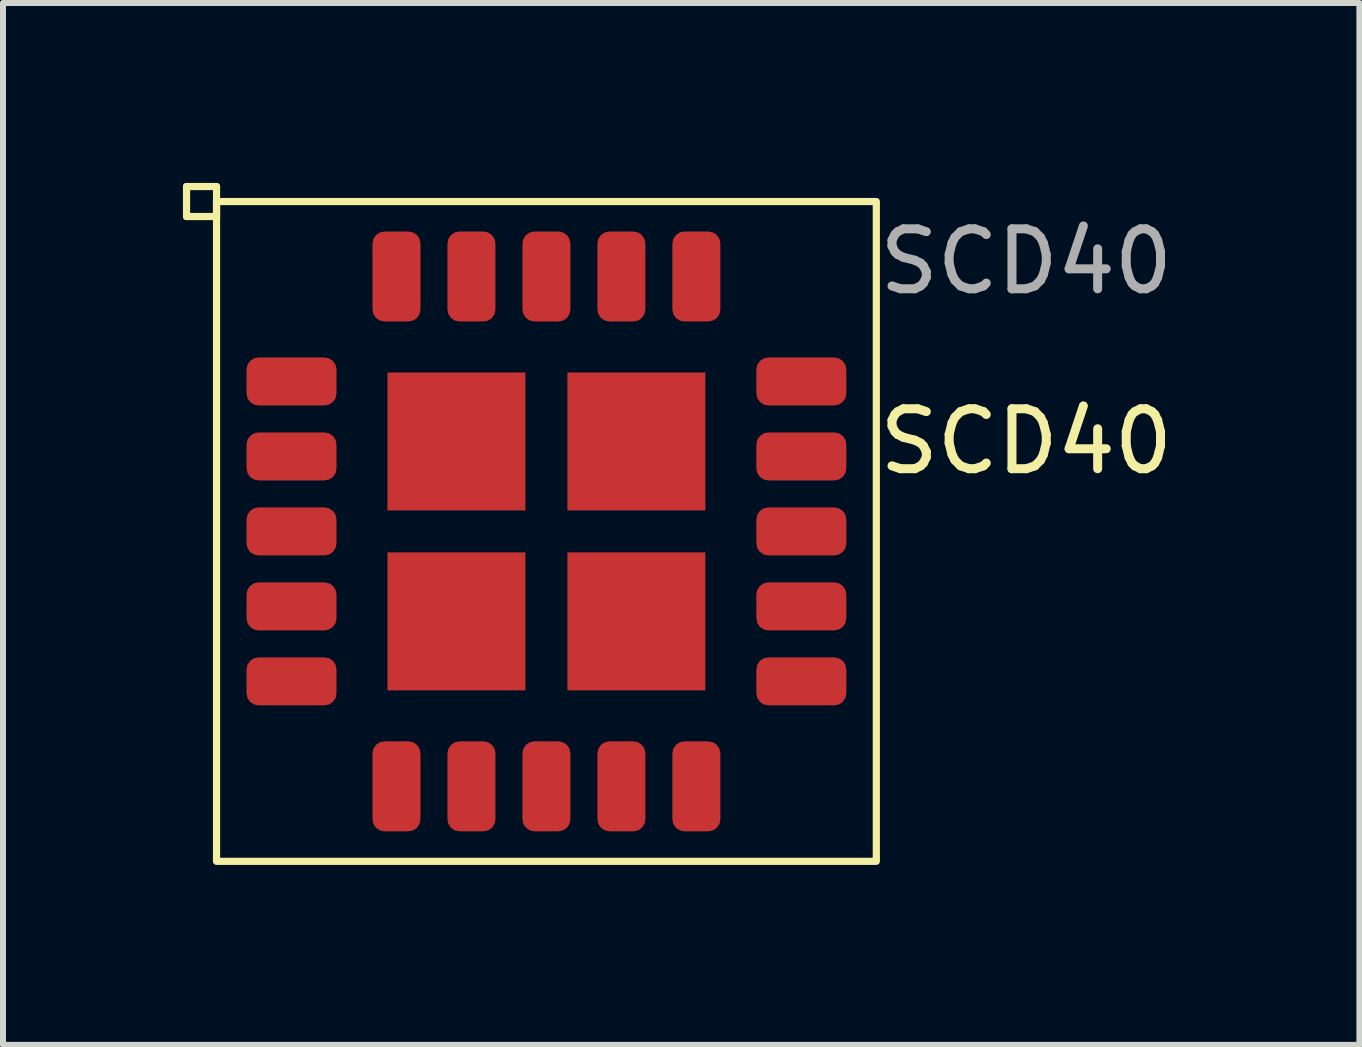
<source format=kicad_pcb>
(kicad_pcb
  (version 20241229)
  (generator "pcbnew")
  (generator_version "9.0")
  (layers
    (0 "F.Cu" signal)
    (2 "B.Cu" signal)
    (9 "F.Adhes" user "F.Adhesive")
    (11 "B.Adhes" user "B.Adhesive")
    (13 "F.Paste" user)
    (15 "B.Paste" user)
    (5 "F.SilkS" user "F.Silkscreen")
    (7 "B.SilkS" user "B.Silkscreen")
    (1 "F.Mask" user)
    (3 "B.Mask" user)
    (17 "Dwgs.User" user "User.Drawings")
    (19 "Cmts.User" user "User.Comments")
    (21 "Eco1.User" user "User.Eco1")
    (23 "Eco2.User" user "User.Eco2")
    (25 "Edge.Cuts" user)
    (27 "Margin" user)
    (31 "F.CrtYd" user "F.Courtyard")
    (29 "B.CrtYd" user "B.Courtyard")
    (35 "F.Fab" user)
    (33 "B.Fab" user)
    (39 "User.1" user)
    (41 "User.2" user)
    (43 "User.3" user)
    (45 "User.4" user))
  (footprint "SCD40"
    (layer "F.Cu")
    (at 6.06 5.81)
    (property "Reference" "SCD40" (at 8 -1.5 0) (unlocked yes) (layer "F.SilkS") (effects (font (size 1 1) (thickness 0.15))))
    (attr smd)
    (fp_line (start -6 -5.75) (end -5.5 -5.75) (stroke (width 0.12) (type solid)) (layer "F.SilkS"))
    (fp_line (start -6 -5.25) (end -6 -5.75) (stroke (width 0.12) (type solid)) (layer "F.SilkS"))
    (fp_line (start -5.5 -5.75) (end -5.5 -5.25) (stroke (width 0.12) (type solid)) (layer "F.SilkS"))
    (fp_line (start -5.5 -5.25) (end -6 -5.25) (stroke (width 0.12) (type solid)) (layer "F.SilkS"))
    (fp_rect (start -5.5 -5.5) (end 5.5 5.5) (stroke (width 0.12) (type solid)) (fill no) (layer "F.SilkS"))
    (fp_text user "${REFERENCE}" (at 8 -4.5 0) (unlocked yes) (layer "F.Fab") (effects (font (size 1 1) (thickness 0.15))))
    (pad "1" smd roundrect (at -4.25 -2.5) (size 1.5 0.8) (layers "F.Cu" "F.Mask" "F.Paste") (roundrect_rratio 0.25))
    (pad "2" smd roundrect (at -4.25 -1.25) (size 1.5 0.8) (layers "F.Cu" "F.Mask" "F.Paste") (roundrect_rratio 0.25))
    (pad "3" smd roundrect (at -4.25 0) (size 1.5 0.8) (layers "F.Cu" "F.Mask" "F.Paste") (roundrect_rratio 0.25))
    (pad "4" smd roundrect (at -4.25 1.25) (size 1.5 0.8) (layers "F.Cu" "F.Mask" "F.Paste") (roundrect_rratio 0.25))
    (pad "5" smd roundrect (at -4.25 2.5) (size 1.5 0.8) (layers "F.Cu" "F.Mask" "F.Paste") (roundrect_rratio 0.25))
    (pad "6" smd roundrect (at -2.5 4.25 270) (size 1.5 0.8) (layers "F.Cu" "F.Mask" "F.Paste") (roundrect_rratio 0.25))
    (pad "7" smd roundrect (at -1.25 4.25 270) (size 1.5 0.8) (layers "F.Cu" "F.Mask" "F.Paste") (roundrect_rratio 0.25))
    (pad "8" smd roundrect (at 0 4.25 270) (size 1.5 0.8) (layers "F.Cu" "F.Mask" "F.Paste") (roundrect_rratio 0.25))
    (pad "9" smd roundrect (at 1.25 4.25 270) (size 1.5 0.8) (layers "F.Cu" "F.Mask" "F.Paste") (roundrect_rratio 0.25))
    (pad "10" smd roundrect (at 2.5 4.25 270) (size 1.5 0.8) (layers "F.Cu" "F.Mask" "F.Paste") (roundrect_rratio 0.25))
    (pad "11" smd roundrect (at 4.25 2.5 180) (size 1.5 0.8) (layers "F.Cu" "F.Mask" "F.Paste") (roundrect_rratio 0.25))
    (pad "12" smd roundrect (at 4.25 1.25 180) (size 1.5 0.8) (layers "F.Cu" "F.Mask" "F.Paste") (roundrect_rratio 0.25))
    (pad "13" smd roundrect (at 4.25 0 180) (size 1.5 0.8) (layers "F.Cu" "F.Mask" "F.Paste") (roundrect_rratio 0.25))
    (pad "14" smd roundrect (at 4.25 -1.25 180) (size 1.5 0.8) (layers "F.Cu" "F.Mask" "F.Paste") (roundrect_rratio 0.25))
    (pad "15" smd roundrect (at 4.25 -2.5 180) (size 1.5 0.8) (layers "F.Cu" "F.Mask" "F.Paste") (roundrect_rratio 0.25))
    (pad "16" smd roundrect (at 2.5 -4.25 90) (size 1.5 0.8) (layers "F.Cu" "F.Mask" "F.Paste") (roundrect_rratio 0.25))
    (pad "17" smd roundrect (at 1.25 -4.25 90) (size 1.5 0.8) (layers "F.Cu" "F.Mask" "F.Paste") (roundrect_rratio 0.25))
    (pad "18" smd roundrect (at 0 -4.25 90) (size 1.5 0.8) (layers "F.Cu" "F.Mask" "F.Paste") (roundrect_rratio 0.25))
    (pad "19" smd roundrect (at -1.25 -4.25 90) (size 1.5 0.8) (layers "F.Cu" "F.Mask" "F.Paste") (roundrect_rratio 0.25))
    (pad "20" smd roundrect (at -2.5 -4.25 90) (size 1.5 0.8) (layers "F.Cu" "F.Mask" "F.Paste") (roundrect_rratio 0.25))
    (pad "21" smd rect (at -1.5 1.5 90) (size 2.3 2.3) (layers "F.Cu" "F.Mask" "F.Paste"))
    (pad "22" smd rect (at 1.5 1.5 90) (size 2.3 2.3) (layers "F.Cu" "F.Mask" "F.Paste"))
    (pad "23" smd rect (at 1.5 -1.5 90) (size 2.3 2.3) (layers "F.Cu" "F.Mask" "F.Paste"))
    (pad "24" smd rect (at -1.5 -1.5 90) (size 2.3 2.3) (layers "F.Cu" "F.Mask" "F.Paste")))
  (gr_rect
    (start -3 -3)
    (end 19.614 14.37)
    (stroke (width 0.1) (type default))
    (fill no)
    (layer "Edge.Cuts")))
</source>
